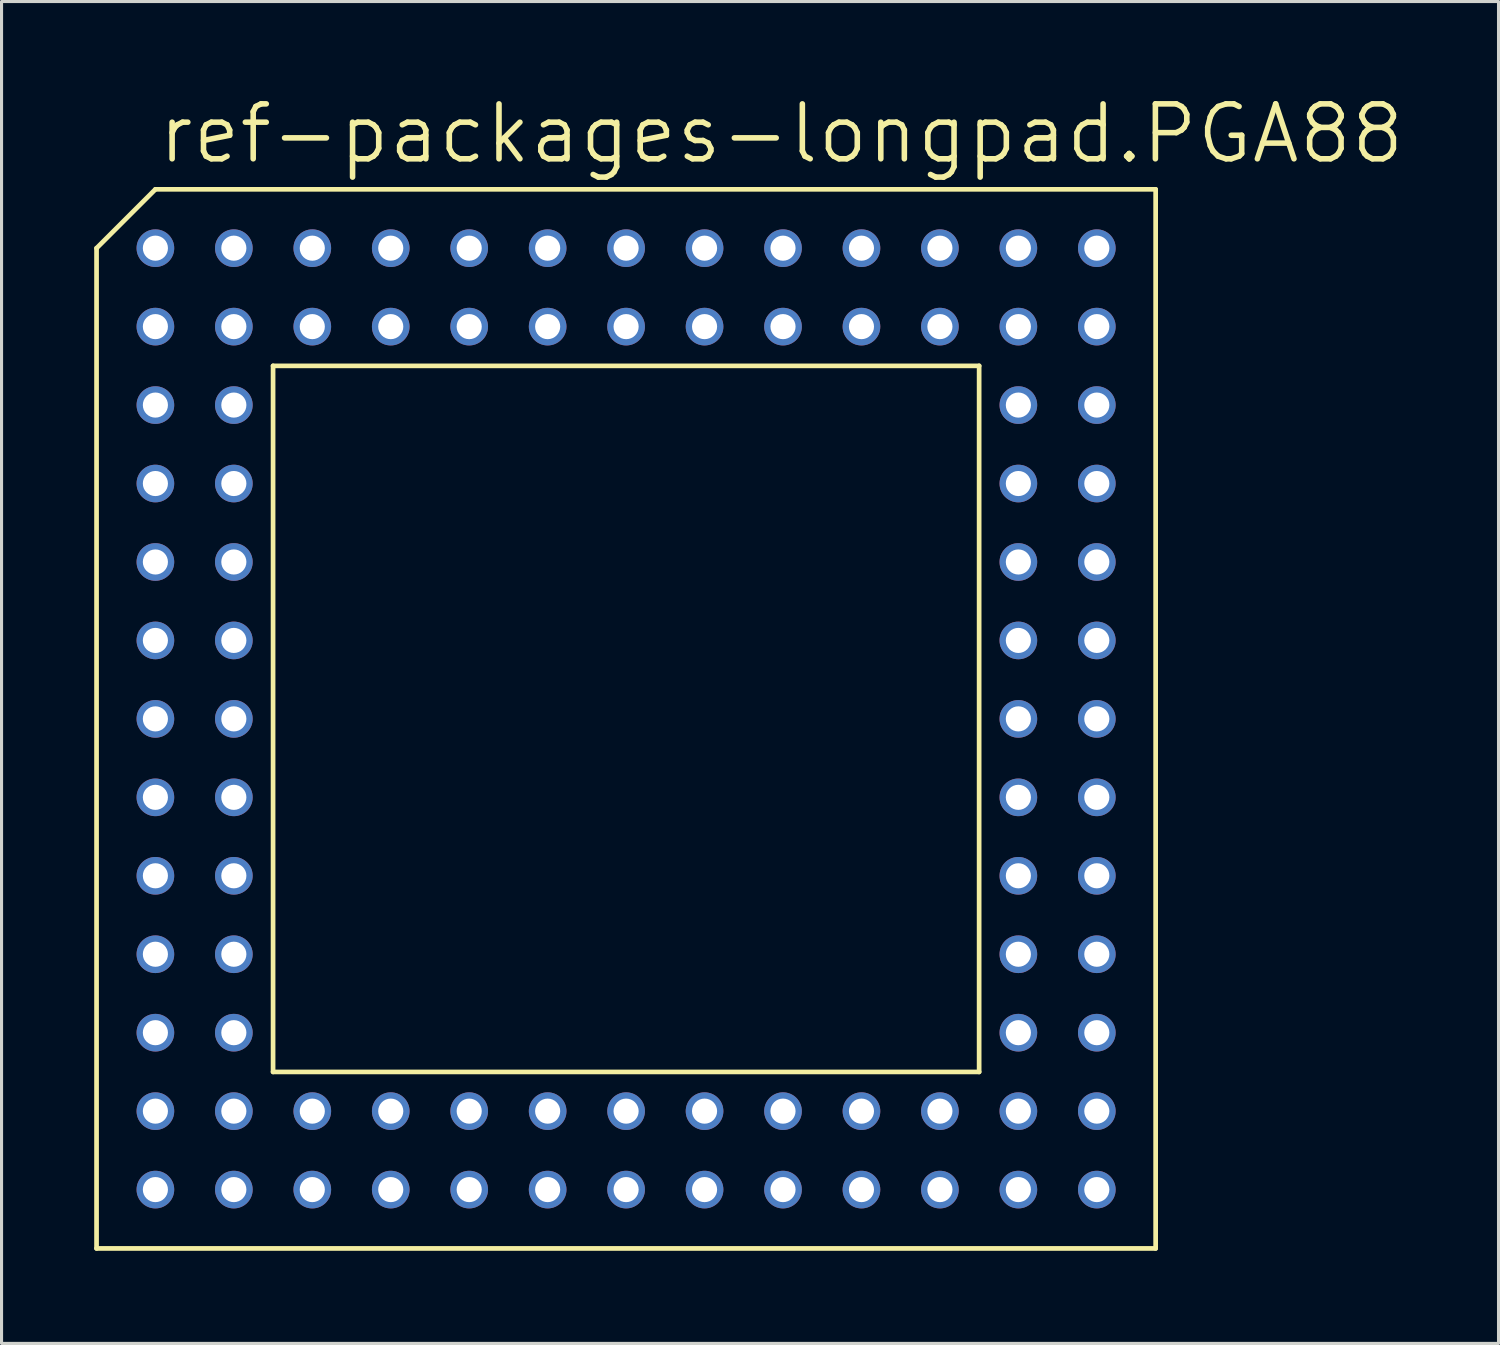
<source format=kicad_pcb>
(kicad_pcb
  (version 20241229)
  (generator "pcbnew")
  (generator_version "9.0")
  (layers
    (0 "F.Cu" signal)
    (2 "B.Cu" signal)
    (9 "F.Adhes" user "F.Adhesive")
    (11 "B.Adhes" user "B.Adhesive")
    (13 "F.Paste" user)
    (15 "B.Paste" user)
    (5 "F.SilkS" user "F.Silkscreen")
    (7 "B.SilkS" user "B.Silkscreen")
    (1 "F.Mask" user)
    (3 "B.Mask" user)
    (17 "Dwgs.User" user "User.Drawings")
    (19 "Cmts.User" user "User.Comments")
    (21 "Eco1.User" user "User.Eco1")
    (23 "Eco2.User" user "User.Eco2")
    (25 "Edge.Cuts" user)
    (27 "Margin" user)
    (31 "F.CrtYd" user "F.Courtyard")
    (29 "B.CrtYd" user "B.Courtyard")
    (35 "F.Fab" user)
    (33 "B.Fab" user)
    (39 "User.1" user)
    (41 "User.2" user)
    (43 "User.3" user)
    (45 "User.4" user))
  (footprint "ref-packages-longpad.PGA88"
    (layer "F.Cu")
    (at 17.221 20.225)
    (property "Reference" "ref-packages-longpad.PGA88" (at -15.24 -17.907 0) (layer "F.SilkS") (effects (font (size 1.778 1.778) (thickness 0.18)) (justify left bottom)))
    (attr through_hole)
    (fp_line (start -17.145 -15.24) (end -15.24 -17.145) (stroke (width 0.152) (type default)) (layer "F.SilkS"))
    (fp_line (start -17.145 17.145) (end -17.145 -15.24) (stroke (width 0.152) (type default)) (layer "F.SilkS"))
    (fp_line (start -15.24 -17.145) (end 17.145 -17.145) (stroke (width 0.152) (type default)) (layer "F.SilkS"))
    (fp_line (start -11.43 -11.43) (end 11.43 -11.43) (stroke (width 0.152) (type default)) (layer "F.SilkS"))
    (fp_line (start -11.43 11.43) (end -11.43 -11.43) (stroke (width 0.152) (type default)) (layer "F.SilkS"))
    (fp_line (start 11.43 -11.43) (end 11.43 11.43) (stroke (width 0.152) (type default)) (layer "F.SilkS"))
    (fp_line (start 11.43 11.43) (end -11.43 11.43) (stroke (width 0.152) (type default)) (layer "F.SilkS"))
    (fp_line (start 17.145 -17.145) (end 17.145 17.145) (stroke (width 0.152) (type default)) (layer "F.SilkS"))
    (fp_line (start 17.145 17.145) (end -17.145 17.145) (stroke (width 0.152) (type default)) (layer "F.SilkS"))
    (pad "A01" thru_hole circle (at -15.24 -15.24) (size 1.219 1.219) (drill 0.813) (layers "*.Cu" "*.Mask"))
    (pad "A02" thru_hole circle (at -12.7 -15.24) (size 1.219 1.219) (drill 0.813) (layers "*.Cu" "*.Mask"))
    (pad "A03" thru_hole circle (at -10.16 -15.24) (size 1.219 1.219) (drill 0.813) (layers "*.Cu" "*.Mask"))
    (pad "A04" thru_hole circle (at -7.62 -15.24) (size 1.219 1.219) (drill 0.813) (layers "*.Cu" "*.Mask"))
    (pad "A05" thru_hole circle (at -5.08 -15.24) (size 1.219 1.219) (drill 0.813) (layers "*.Cu" "*.Mask"))
    (pad "A06" thru_hole circle (at -2.54 -15.24) (size 1.219 1.219) (drill 0.813) (layers "*.Cu" "*.Mask"))
    (pad "A07" thru_hole circle (at 0 -15.24) (size 1.219 1.219) (drill 0.813) (layers "*.Cu" "*.Mask"))
    (pad "A08" thru_hole circle (at 2.54 -15.24) (size 1.219 1.219) (drill 0.813) (layers "*.Cu" "*.Mask"))
    (pad "A09" thru_hole circle (at 5.08 -15.24) (size 1.219 1.219) (drill 0.813) (layers "*.Cu" "*.Mask"))
    (pad "A10" thru_hole circle (at 7.62 -15.24) (size 1.219 1.219) (drill 0.813) (layers "*.Cu" "*.Mask"))
    (pad "A11" thru_hole circle (at 10.16 -15.24) (size 1.219 1.219) (drill 0.813) (layers "*.Cu" "*.Mask"))
    (pad "A12" thru_hole circle (at 12.7 -15.24) (size 1.219 1.219) (drill 0.813) (layers "*.Cu" "*.Mask"))
    (pad "A13" thru_hole circle (at 15.24 -15.24) (size 1.219 1.219) (drill 0.813) (layers "*.Cu" "*.Mask"))
    (pad "B01" thru_hole circle (at -15.24 -12.7) (size 1.219 1.219) (drill 0.813) (layers "*.Cu" "*.Mask"))
    (pad "B02" thru_hole circle (at -12.7 -12.7) (size 1.219 1.219) (drill 0.813) (layers "*.Cu" "*.Mask"))
    (pad "B03" thru_hole circle (at -10.16 -12.7) (size 1.219 1.219) (drill 0.813) (layers "*.Cu" "*.Mask"))
    (pad "B04" thru_hole circle (at -7.62 -12.7) (size 1.219 1.219) (drill 0.813) (layers "*.Cu" "*.Mask"))
    (pad "B05" thru_hole circle (at -5.08 -12.7) (size 1.219 1.219) (drill 0.813) (layers "*.Cu" "*.Mask"))
    (pad "B06" thru_hole circle (at -2.54 -12.7) (size 1.219 1.219) (drill 0.813) (layers "*.Cu" "*.Mask"))
    (pad "B07" thru_hole circle (at 0 -12.7) (size 1.219 1.219) (drill 0.813) (layers "*.Cu" "*.Mask"))
    (pad "B08" thru_hole circle (at 2.54 -12.7) (size 1.219 1.219) (drill 0.813) (layers "*.Cu" "*.Mask"))
    (pad "B09" thru_hole circle (at 5.08 -12.7) (size 1.219 1.219) (drill 0.813) (layers "*.Cu" "*.Mask"))
    (pad "B10" thru_hole circle (at 7.62 -12.7) (size 1.219 1.219) (drill 0.813) (layers "*.Cu" "*.Mask"))
    (pad "B11" thru_hole circle (at 10.16 -12.7) (size 1.219 1.219) (drill 0.813) (layers "*.Cu" "*.Mask"))
    (pad "B12" thru_hole circle (at 12.7 -12.7) (size 1.219 1.219) (drill 0.813) (layers "*.Cu" "*.Mask"))
    (pad "B13" thru_hole circle (at 15.24 -12.7) (size 1.219 1.219) (drill 0.813) (layers "*.Cu" "*.Mask"))
    (pad "C01" thru_hole circle (at -15.24 -10.16) (size 1.219 1.219) (drill 0.813) (layers "*.Cu" "*.Mask"))
    (pad "C02" thru_hole circle (at -12.7 -10.16) (size 1.219 1.219) (drill 0.813) (layers "*.Cu" "*.Mask"))
    (pad "C12" thru_hole circle (at 12.7 -10.16) (size 1.219 1.219) (drill 0.813) (layers "*.Cu" "*.Mask"))
    (pad "C13" thru_hole circle (at 15.24 -10.16) (size 1.219 1.219) (drill 0.813) (layers "*.Cu" "*.Mask"))
    (pad "D01" thru_hole circle (at -15.24 -7.62) (size 1.219 1.219) (drill 0.813) (layers "*.Cu" "*.Mask"))
    (pad "D02" thru_hole circle (at -12.7 -7.62) (size 1.219 1.219) (drill 0.813) (layers "*.Cu" "*.Mask"))
    (pad "D12" thru_hole circle (at 12.7 -7.62) (size 1.219 1.219) (drill 0.813) (layers "*.Cu" "*.Mask"))
    (pad "D13" thru_hole circle (at 15.24 -7.62) (size 1.219 1.219) (drill 0.813) (layers "*.Cu" "*.Mask"))
    (pad "E01" thru_hole circle (at -15.24 -5.08) (size 1.219 1.219) (drill 0.813) (layers "*.Cu" "*.Mask"))
    (pad "E02" thru_hole circle (at -12.7 -5.08) (size 1.219 1.219) (drill 0.813) (layers "*.Cu" "*.Mask"))
    (pad "E12" thru_hole circle (at 12.7 -5.08) (size 1.219 1.219) (drill 0.813) (layers "*.Cu" "*.Mask"))
    (pad "E13" thru_hole circle (at 15.24 -5.08) (size 1.219 1.219) (drill 0.813) (layers "*.Cu" "*.Mask"))
    (pad "F01" thru_hole circle (at -15.24 -2.54) (size 1.219 1.219) (drill 0.813) (layers "*.Cu" "*.Mask"))
    (pad "F02" thru_hole circle (at -12.7 -2.54) (size 1.219 1.219) (drill 0.813) (layers "*.Cu" "*.Mask"))
    (pad "F12" thru_hole circle (at 12.7 -2.54) (size 1.219 1.219) (drill 0.813) (layers "*.Cu" "*.Mask"))
    (pad "F13" thru_hole circle (at 15.24 -2.54) (size 1.219 1.219) (drill 0.813) (layers "*.Cu" "*.Mask"))
    (pad "G01" thru_hole circle (at -15.24 0) (size 1.219 1.219) (drill 0.813) (layers "*.Cu" "*.Mask"))
    (pad "G02" thru_hole circle (at -12.7 0) (size 1.219 1.219) (drill 0.813) (layers "*.Cu" "*.Mask"))
    (pad "G12" thru_hole circle (at 12.7 0) (size 1.219 1.219) (drill 0.813) (layers "*.Cu" "*.Mask"))
    (pad "G13" thru_hole circle (at 15.24 0) (size 1.219 1.219) (drill 0.813) (layers "*.Cu" "*.Mask"))
    (pad "H01" thru_hole circle (at -15.24 2.54) (size 1.219 1.219) (drill 0.813) (layers "*.Cu" "*.Mask"))
    (pad "H02" thru_hole circle (at -12.7 2.54) (size 1.219 1.219) (drill 0.813) (layers "*.Cu" "*.Mask"))
    (pad "H12" thru_hole circle (at 12.7 2.54) (size 1.219 1.219) (drill 0.813) (layers "*.Cu" "*.Mask"))
    (pad "H13" thru_hole circle (at 15.24 2.54) (size 1.219 1.219) (drill 0.813) (layers "*.Cu" "*.Mask"))
    (pad "J01" thru_hole circle (at -15.24 5.08) (size 1.219 1.219) (drill 0.813) (layers "*.Cu" "*.Mask"))
    (pad "J02" thru_hole circle (at -12.7 5.08) (size 1.219 1.219) (drill 0.813) (layers "*.Cu" "*.Mask"))
    (pad "J12" thru_hole circle (at 12.7 5.08) (size 1.219 1.219) (drill 0.813) (layers "*.Cu" "*.Mask"))
    (pad "J13" thru_hole circle (at 15.24 5.08) (size 1.219 1.219) (drill 0.813) (layers "*.Cu" "*.Mask"))
    (pad "K01" thru_hole circle (at -15.24 7.62) (size 1.219 1.219) (drill 0.813) (layers "*.Cu" "*.Mask"))
    (pad "K02" thru_hole circle (at -12.7 7.62) (size 1.219 1.219) (drill 0.813) (layers "*.Cu" "*.Mask"))
    (pad "K12" thru_hole circle (at 12.7 7.62) (size 1.219 1.219) (drill 0.813) (layers "*.Cu" "*.Mask"))
    (pad "K13" thru_hole circle (at 15.24 7.62) (size 1.219 1.219) (drill 0.813) (layers "*.Cu" "*.Mask"))
    (pad "L01" thru_hole circle (at -15.24 10.16) (size 1.219 1.219) (drill 0.813) (layers "*.Cu" "*.Mask"))
    (pad "L02" thru_hole circle (at -12.7 10.16) (size 1.219 1.219) (drill 0.813) (layers "*.Cu" "*.Mask"))
    (pad "L12" thru_hole circle (at 12.7 10.16) (size 1.219 1.219) (drill 0.813) (layers "*.Cu" "*.Mask"))
    (pad "L13" thru_hole circle (at 15.24 10.16) (size 1.219 1.219) (drill 0.813) (layers "*.Cu" "*.Mask"))
    (pad "M01" thru_hole circle (at -15.24 12.7) (size 1.219 1.219) (drill 0.813) (layers "*.Cu" "*.Mask"))
    (pad "M02" thru_hole circle (at -12.7 12.7) (size 1.219 1.219) (drill 0.813) (layers "*.Cu" "*.Mask"))
    (pad "M03" thru_hole circle (at -10.16 12.7) (size 1.219 1.219) (drill 0.813) (layers "*.Cu" "*.Mask"))
    (pad "M04" thru_hole circle (at -7.62 12.7) (size 1.219 1.219) (drill 0.813) (layers "*.Cu" "*.Mask"))
    (pad "M05" thru_hole circle (at -5.08 12.7) (size 1.219 1.219) (drill 0.813) (layers "*.Cu" "*.Mask"))
    (pad "M06" thru_hole circle (at -2.54 12.7) (size 1.219 1.219) (drill 0.813) (layers "*.Cu" "*.Mask"))
    (pad "M07" thru_hole circle (at 0 12.7) (size 1.219 1.219) (drill 0.813) (layers "*.Cu" "*.Mask"))
    (pad "M08" thru_hole circle (at 2.54 12.7) (size 1.219 1.219) (drill 0.813) (layers "*.Cu" "*.Mask"))
    (pad "M09" thru_hole circle (at 5.08 12.7) (size 1.219 1.219) (drill 0.813) (layers "*.Cu" "*.Mask"))
    (pad "M10" thru_hole circle (at 7.62 12.7) (size 1.219 1.219) (drill 0.813) (layers "*.Cu" "*.Mask"))
    (pad "M11" thru_hole circle (at 10.16 12.7) (size 1.219 1.219) (drill 0.813) (layers "*.Cu" "*.Mask"))
    (pad "M12" thru_hole circle (at 12.7 12.7) (size 1.219 1.219) (drill 0.813) (layers "*.Cu" "*.Mask"))
    (pad "M13" thru_hole circle (at 15.24 12.7) (size 1.219 1.219) (drill 0.813) (layers "*.Cu" "*.Mask"))
    (pad "N01" thru_hole circle (at -15.24 15.24) (size 1.219 1.219) (drill 0.813) (layers "*.Cu" "*.Mask"))
    (pad "N02" thru_hole circle (at -12.7 15.24) (size 1.219 1.219) (drill 0.813) (layers "*.Cu" "*.Mask"))
    (pad "N03" thru_hole circle (at -10.16 15.24) (size 1.219 1.219) (drill 0.813) (layers "*.Cu" "*.Mask"))
    (pad "N04" thru_hole circle (at -7.62 15.24) (size 1.219 1.219) (drill 0.813) (layers "*.Cu" "*.Mask"))
    (pad "N05" thru_hole circle (at -5.08 15.24) (size 1.219 1.219) (drill 0.813) (layers "*.Cu" "*.Mask"))
    (pad "N06" thru_hole circle (at -2.54 15.24) (size 1.219 1.219) (drill 0.813) (layers "*.Cu" "*.Mask"))
    (pad "N07" thru_hole circle (at 0 15.24) (size 1.219 1.219) (drill 0.813) (layers "*.Cu" "*.Mask"))
    (pad "N08" thru_hole circle (at 2.54 15.24) (size 1.219 1.219) (drill 0.813) (layers "*.Cu" "*.Mask"))
    (pad "N09" thru_hole circle (at 5.08 15.24) (size 1.219 1.219) (drill 0.813) (layers "*.Cu" "*.Mask"))
    (pad "N10" thru_hole circle (at 7.62 15.24) (size 1.219 1.219) (drill 0.813) (layers "*.Cu" "*.Mask"))
    (pad "N11" thru_hole circle (at 10.16 15.24) (size 1.219 1.219) (drill 0.813) (layers "*.Cu" "*.Mask"))
    (pad "N12" thru_hole circle (at 12.7 15.24) (size 1.219 1.219) (drill 0.813) (layers "*.Cu" "*.Mask"))
    (pad "N13" thru_hole circle (at 15.24 15.24) (size 1.219 1.219) (drill 0.813) (layers "*.Cu" "*.Mask")))
  (gr_rect
    (start -3 -3)
    (end 45.467 40.446)
    (stroke (width 0.1) (type default))
    (fill no)
    (layer "Edge.Cuts")))
</source>
